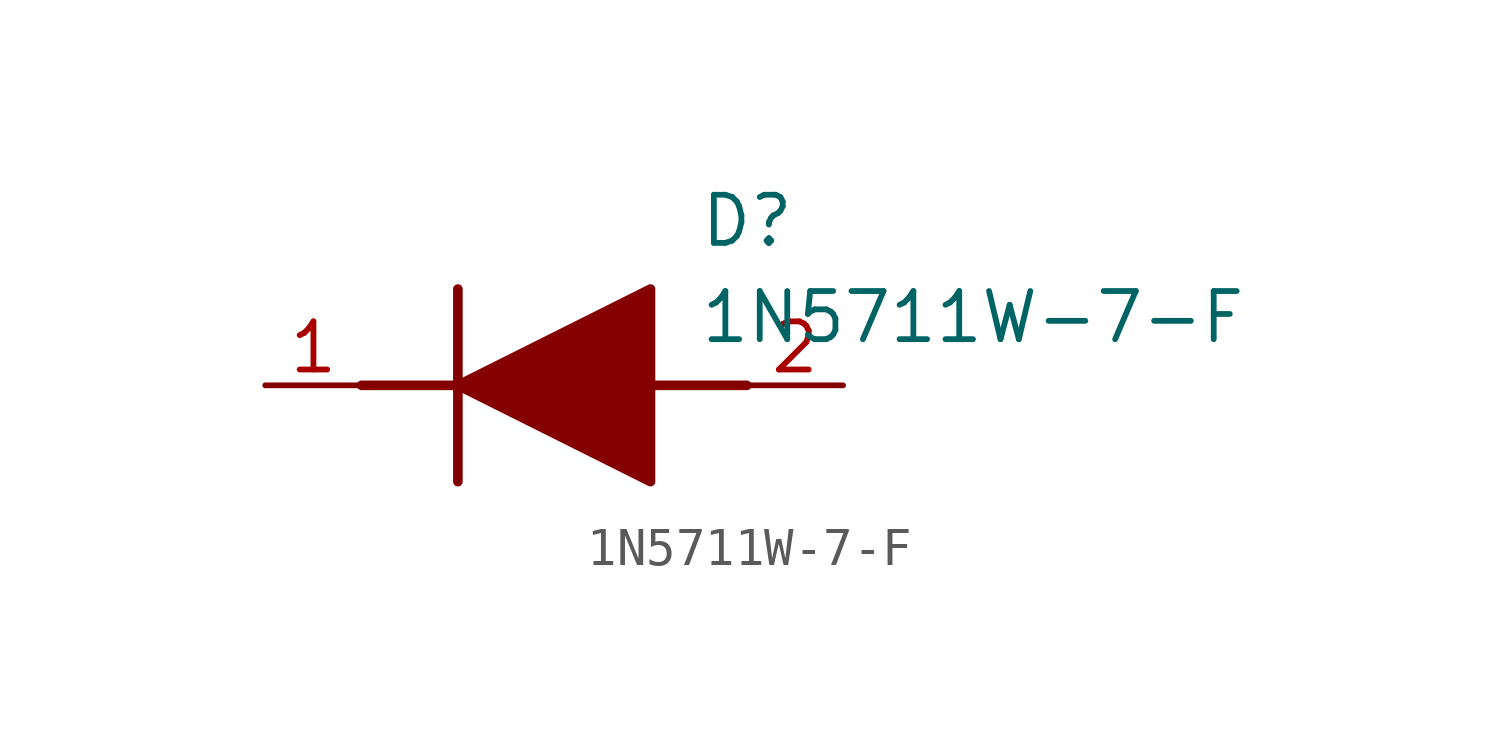
<source format=kicad_sym>
(kicad_symbol_lib
  (version 20211014)
  (generator SamacSys_ECAD_Model)
  (symbol "1N5711W-7-F"
    (pin_names hide)
    (property "Reference" "D"
      (at 11.43 5.08 0)
      (effects (font (size 1.27 1.27)) (justify left top)))
    (property "Value" "1N5711W-7-F"
      (at 11.43 2.54 0)
      (effects (font (size 1.27 1.27)) (justify left top)))
    (polyline
      (pts (xy 5.08 2.54) (xy 5.08 -2.54))
      (stroke (width 0.254) (type default))
      (fill (type none)))
    (polyline
      (pts (xy 2.54 0) (xy 5.08 0))
      (stroke (width 0.254) (type default))
      (fill (type none)))
    (polyline
      (pts (xy 10.16 0) (xy 12.7 0))
      (stroke (width 0.254) (type default))
      (fill (type none)))
    (polyline
      (pts (xy 5.08 0) (xy 10.16 2.54) (xy 10.16 -2.54) (xy 5.08 0))
      (stroke (width 0.254) (type default))
      (fill (type outline)))
    (pin passive line
      (at 0 0 0)
      (length 2.54)
      (name "K" (effects (font (size 1.27 1.27))))
      (number "1" (effects (font (size 1.27 1.27)))))
    (pin passive line
      (at 15.24 0 180)
      (length 2.54)
      (name "A" (effects (font (size 1.27 1.27))))
      (number "2" (effects (font (size 1.27 1.27)))))))
</source>
